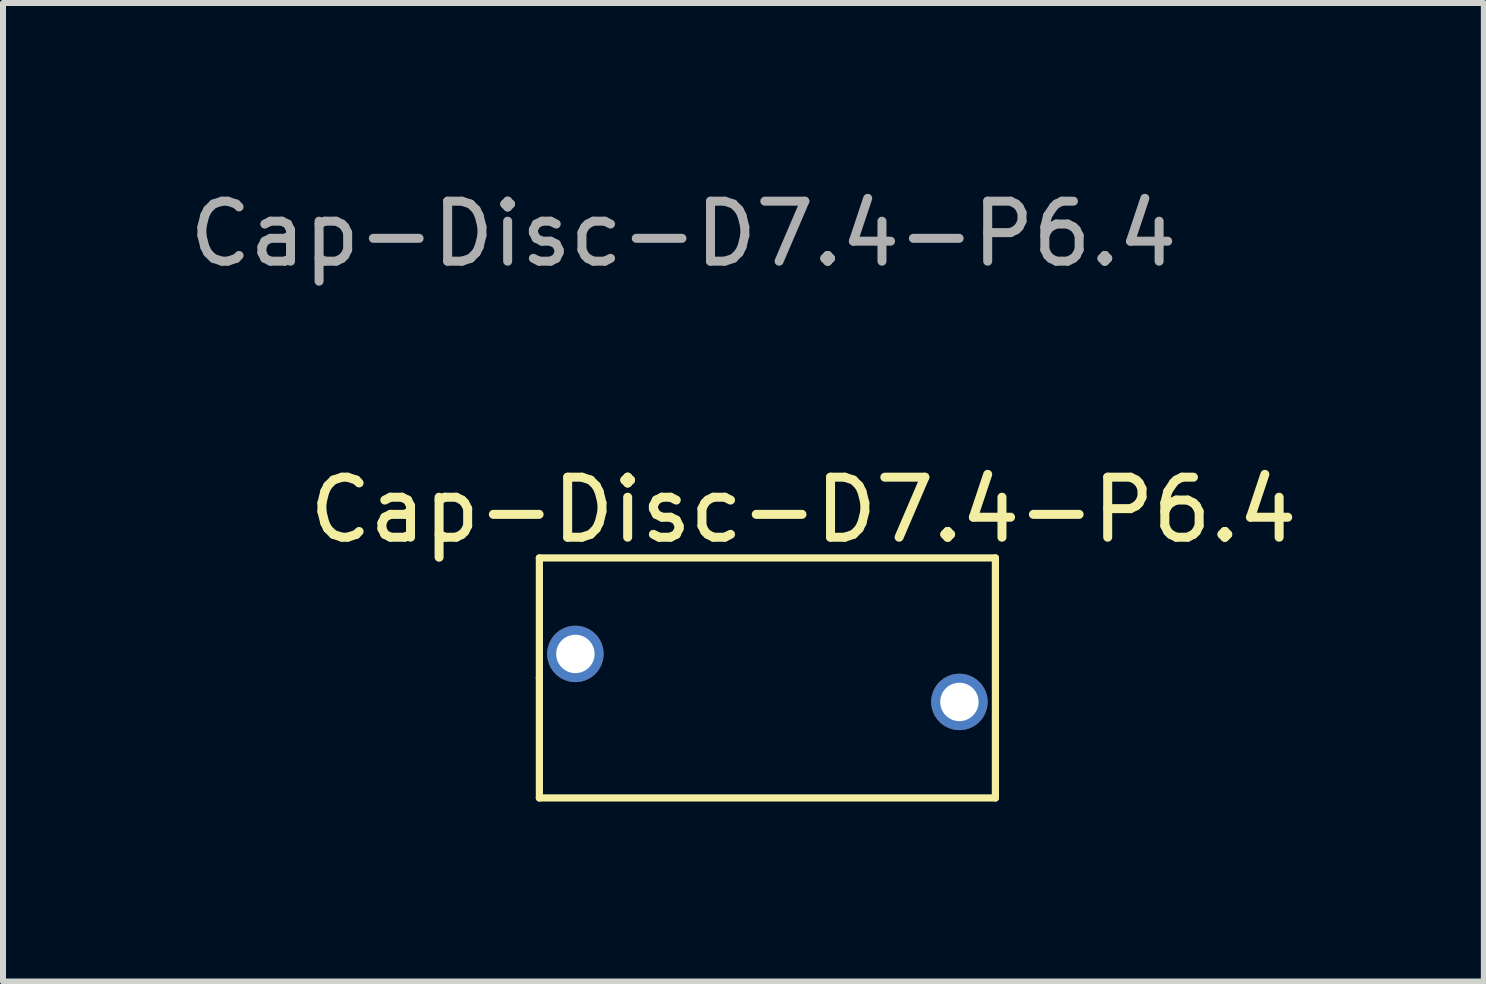
<source format=kicad_pcb>
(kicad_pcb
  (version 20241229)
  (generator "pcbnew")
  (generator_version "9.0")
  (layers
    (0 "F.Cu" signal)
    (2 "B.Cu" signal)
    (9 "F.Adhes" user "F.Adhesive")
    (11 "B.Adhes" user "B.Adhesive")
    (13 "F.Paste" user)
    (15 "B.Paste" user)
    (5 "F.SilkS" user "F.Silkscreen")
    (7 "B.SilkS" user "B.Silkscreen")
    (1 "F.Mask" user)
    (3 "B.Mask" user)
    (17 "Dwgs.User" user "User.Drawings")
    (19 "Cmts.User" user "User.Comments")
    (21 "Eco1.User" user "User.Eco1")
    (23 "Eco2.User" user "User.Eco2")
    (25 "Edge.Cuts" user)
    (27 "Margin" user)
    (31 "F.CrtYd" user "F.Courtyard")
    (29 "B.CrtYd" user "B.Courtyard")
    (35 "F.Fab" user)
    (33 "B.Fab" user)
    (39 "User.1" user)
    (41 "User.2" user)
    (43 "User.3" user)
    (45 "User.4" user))
  (footprint "Cap-Disc-D7.4-P6.4"
    (layer "F.Cu")
    (at 6.539 8.248)
    (property "Reference" "Cap-Disc-D7.4-P6.4" (at 3.8 -2.8 0) (unlocked yes) (layer "F.SilkS") (effects (font (size 1 1) (thickness 0.15))))
    (attr through_hole)
    (fp_line (start -0.6 -2) (end 7 -2) (stroke (width 0.12) (type solid)) (layer "F.SilkS"))
    (fp_line (start -0.6 0) (end -0.6 -2) (stroke (width 0.12) (type solid)) (layer "F.SilkS"))
    (fp_line (start -0.6 2) (end -0.6 0) (stroke (width 0.12) (type solid)) (layer "F.SilkS"))
    (fp_line (start 7 -2) (end 7 2) (stroke (width 0.12) (type solid)) (layer "F.SilkS"))
    (fp_line (start 7 2) (end -0.6 2) (stroke (width 0.12) (type solid)) (layer "F.SilkS"))
    (fp_text user "${REFERENCE}" (at 1.8 -7.4 0) (unlocked yes) (layer "F.Fab") (effects (font (size 1 1) (thickness 0.15))))
    (pad "1" thru_hole circle (at 0 -0.4) (size 0.94 0.94) (drill 0.64) (layers "*.Cu" "*.Mask"))
    (pad "2" thru_hole circle (at 6.4 0.4) (size 0.94 0.94) (drill 0.64) (layers "*.Cu" "*.Mask")))
  (gr_rect
    (start -3 -3)
    (end 21.679 13.308)
    (stroke (width 0.1) (type default))
    (fill no)
    (layer "Edge.Cuts")))
</source>
